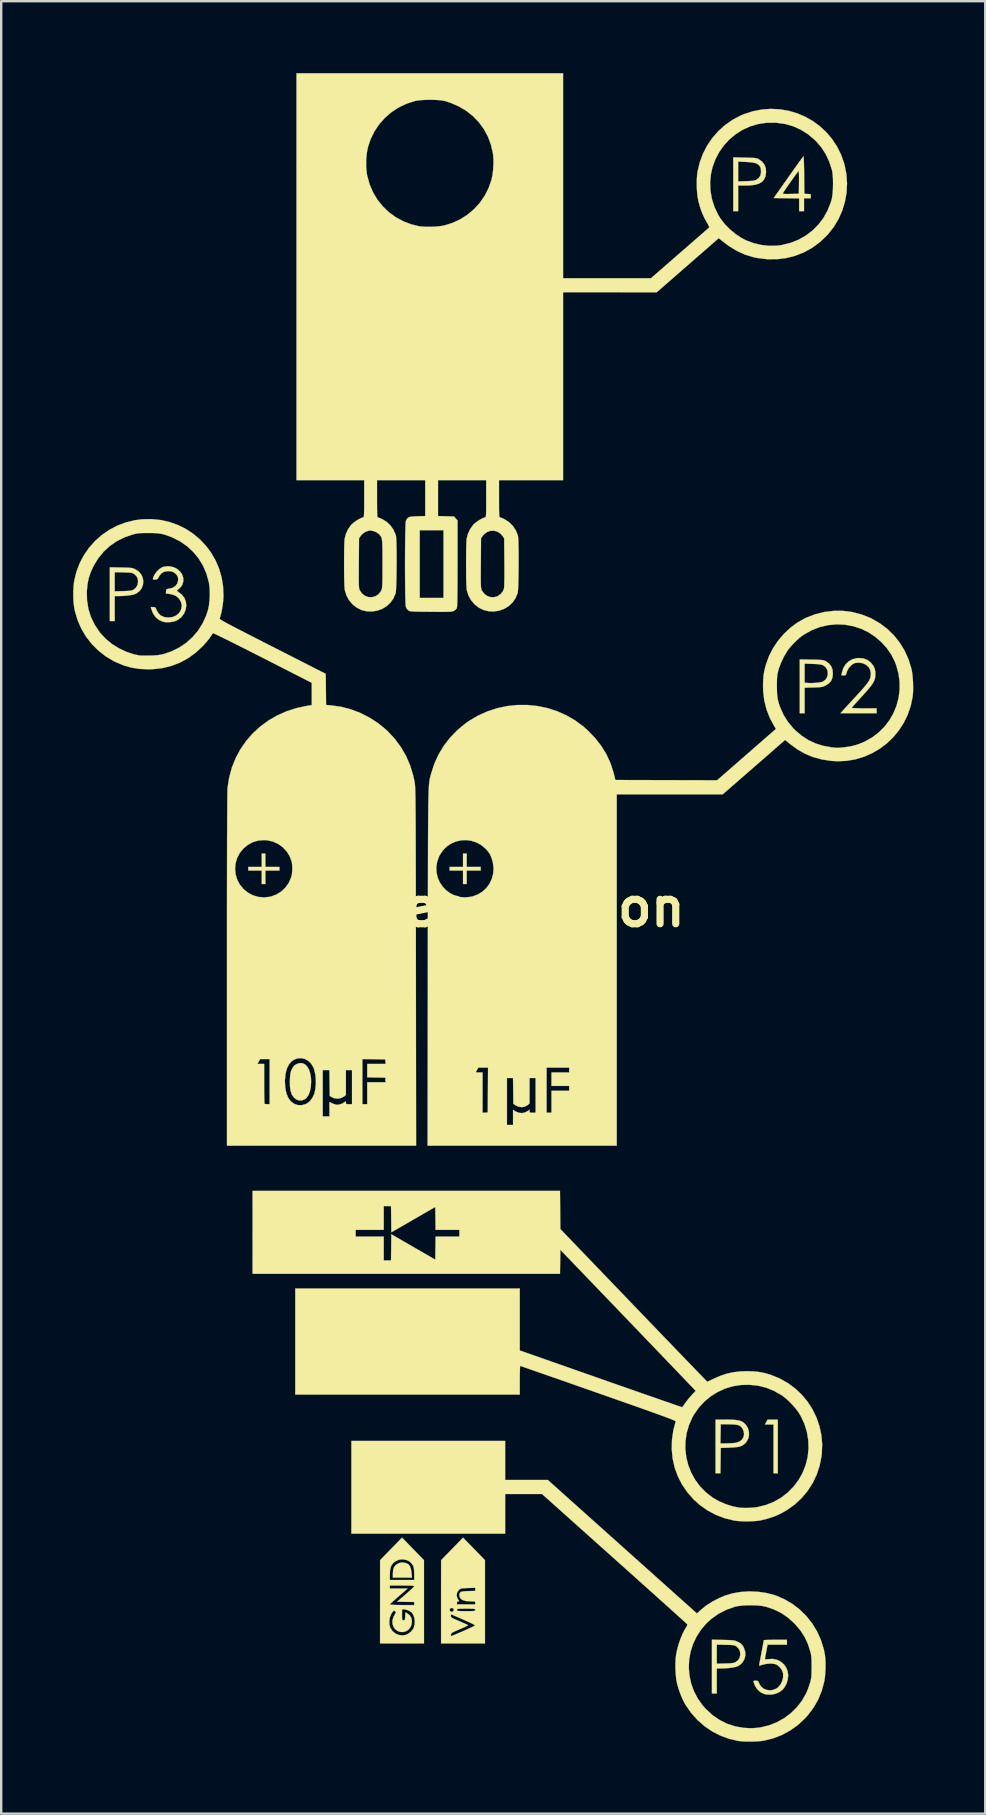
<source format=kicad_pcb>
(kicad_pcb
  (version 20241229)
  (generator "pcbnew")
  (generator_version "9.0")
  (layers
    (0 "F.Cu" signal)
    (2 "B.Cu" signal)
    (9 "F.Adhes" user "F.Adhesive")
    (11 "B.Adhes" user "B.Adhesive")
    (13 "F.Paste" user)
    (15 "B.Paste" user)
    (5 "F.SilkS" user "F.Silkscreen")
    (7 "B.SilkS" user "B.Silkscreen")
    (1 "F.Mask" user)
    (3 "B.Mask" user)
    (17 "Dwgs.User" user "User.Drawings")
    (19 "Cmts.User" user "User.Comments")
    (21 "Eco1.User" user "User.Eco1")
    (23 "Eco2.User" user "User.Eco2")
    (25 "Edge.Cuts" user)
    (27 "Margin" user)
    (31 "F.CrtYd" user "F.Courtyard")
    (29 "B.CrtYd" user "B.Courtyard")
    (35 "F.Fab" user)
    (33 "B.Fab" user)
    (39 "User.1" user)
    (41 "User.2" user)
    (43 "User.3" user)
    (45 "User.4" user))
  (footprint "power_section"
    (layer "F.Cu")
    (at 17.495 34.762)
    (property "Reference" "power_section" (at 0 0 0) (layer "F.SilkS") (effects (font (size 1.524 1.524) (thickness 0.3))))
    (attr through_hole)
    (fp_poly (pts (xy 11.874 23.595) (xy 11.696 23.595) (xy 11.696 21.561) (xy 11.336 21.561) (xy 11.394 21.459) (xy 11.451 21.357) (xy 11.874 21.357) (xy 11.874 23.595)) (stroke (width 0.01) (type solid)) (fill yes) (layer "F.SilkS"))
    (fp_poly (pts (xy -9.484 -1.678) (xy -8.899 -1.678) (xy -8.899 -1.526) (xy -9.484 -1.526) (xy -9.484 -0.966) (xy -9.636 -0.966) (xy -9.636 -1.526) (xy -10.196 -1.526) (xy -10.196 -1.678) (xy -9.636 -1.678) (xy -9.636 -2.237) (xy -9.484 -2.237) (xy -9.484 -1.678)) (stroke (width 0.01) (type solid)) (fill yes) (layer "F.SilkS"))
    (fp_poly (pts (xy -1.093 -1.678) (xy -0.509 -1.678) (xy -0.509 -1.526) (xy -1.093 -1.526) (xy -1.093 -0.966) (xy -1.246 -0.966) (xy -1.246 -1.526) (xy -1.805 -1.526) (xy -1.805 -1.678) (xy -1.246 -1.678) (xy -1.246 -2.237) (xy -1.093 -2.237) (xy -1.093 -1.678)) (stroke (width 0.01) (type solid)) (fill yes) (layer "F.SilkS"))
    (fp_poly (pts (xy -3.732 27.317) (xy -3.61 27.342) (xy -3.519 27.392) (xy -3.456 27.473) (xy -3.415 27.59) (xy -3.392 27.748) (xy -3.375 27.943) (xy -4.17 27.943) (xy -4.17 27.771) (xy -4.158 27.62) (xy -4.12 27.506) (xy -4.051 27.42) (xy -3.964 27.362) (xy -3.871 27.323) (xy -3.781 27.313) (xy -3.732 27.317)) (stroke (width 0.01) (type solid)) (fill yes) (layer "F.SilkS"))
    (fp_poly (pts (xy -7.935 6.504) (xy -7.829 6.554) (xy -7.738 6.645) (xy -7.665 6.773) (xy -7.612 6.936) (xy -7.582 7.129) (xy -7.577 7.269) (xy -7.59 7.493) (xy -7.629 7.685) (xy -7.692 7.841) (xy -7.778 7.957) (xy -7.827 7.997) (xy -7.946 8.05) (xy -8.071 8.057) (xy -8.191 8.016) (xy -8.214 8.002) (xy -8.312 7.915) (xy -8.385 7.801) (xy -8.433 7.655) (xy -8.459 7.473) (xy -8.463 7.25) (xy -8.46 7.165) (xy -8.452 7.033) (xy -8.441 6.936) (xy -8.424 6.861) (xy -8.398 6.791) (xy -8.374 6.742) (xy -8.322 6.651) (xy -8.267 6.591) (xy -8.194 6.545) (xy -8.18 6.538) (xy -8.053 6.497) (xy -7.935 6.504)) (stroke (width 0.01) (type solid)) (fill yes) (layer "F.SilkS"))
    (fp_poly (pts (xy 10.494 -31.243) (xy 10.665 -31.239) (xy 10.793 -31.235) (xy 10.887 -31.229) (xy 10.955 -31.22) (xy 11.007 -31.208) (xy 11.049 -31.192) (xy 11.075 -31.179) (xy 11.218 -31.078) (xy 11.319 -30.949) (xy 11.375 -30.796) (xy 11.386 -30.622) (xy 11.385 -30.616) (xy 11.359 -30.458) (xy 11.302 -30.33) (xy 11.213 -30.231) (xy 11.088 -30.158) (xy 10.925 -30.11) (xy 10.72 -30.084) (xy 10.535 -30.078) (xy 10.221 -30.078) (xy 10.221 -29.01) (xy 10.018 -29.01) (xy 10.018 -30.25) (xy 10.221 -30.25) (xy 10.561 -30.261) (xy 10.709 -30.267) (xy 10.816 -30.276) (xy 10.893 -30.288) (xy 10.948 -30.304) (xy 10.984 -30.322) (xy 11.087 -30.4) (xy 11.148 -30.494) (xy 11.173 -30.616) (xy 11.174 -30.663) (xy 11.167 -30.772) (xy 11.144 -30.849) (xy 11.122 -30.884) (xy 11.069 -30.944) (xy 11.004 -30.988) (xy 10.918 -31.02) (xy 10.804 -31.042) (xy 10.652 -31.056) (xy 10.554 -31.062) (xy 10.221 -31.078) (xy 10.221 -30.25) (xy 10.018 -30.25) (xy 10.018 -31.253) (xy 10.494 -31.243)) (stroke (width 0.01) (type solid)) (fill yes) (layer "F.SilkS"))
    (fp_poly (pts (xy 9.897 21.36) (xy 10.065 21.368) (xy 10.196 21.384) (xy 10.3 21.407) (xy 10.382 21.44) (xy 10.429 21.468) (xy 10.545 21.574) (xy 10.625 21.707) (xy 10.669 21.856) (xy 10.673 22.011) (xy 10.638 22.161) (xy 10.56 22.296) (xy 10.544 22.315) (xy 10.474 22.385) (xy 10.399 22.437) (xy 10.309 22.475) (xy 10.195 22.5) (xy 10.048 22.516) (xy 9.865 22.526) (xy 9.496 22.54) (xy 9.49 23.067) (xy 9.483 23.595) (xy 9.28 23.595) (xy 9.28 22.349) (xy 9.482 22.349) (xy 9.749 22.349) (xy 9.878 22.346) (xy 10.004 22.338) (xy 10.109 22.327) (xy 10.15 22.32) (xy 10.285 22.269) (xy 10.386 22.187) (xy 10.448 22.08) (xy 10.468 21.956) (xy 10.443 21.822) (xy 10.421 21.772) (xy 10.377 21.696) (xy 10.326 21.641) (xy 10.261 21.602) (xy 10.172 21.576) (xy 10.051 21.562) (xy 9.891 21.555) (xy 9.837 21.554) (xy 9.496 21.548) (xy 9.489 21.948) (xy 9.482 22.349) (xy 9.28 22.349) (xy 9.28 21.357) (xy 9.686 21.357) (xy 9.897 21.36)) (stroke (width 0.01) (type solid)) (fill yes) (layer "F.SilkS"))
    (fp_poly (pts (xy 13.278 -10.318) (xy 13.454 -10.315) (xy 13.587 -10.31) (xy 13.684 -10.304) (xy 13.755 -10.295) (xy 13.806 -10.284) (xy 13.846 -10.268) (xy 13.857 -10.263) (xy 14 -10.165) (xy 14.098 -10.046) (xy 14.154 -9.901) (xy 14.17 -9.732) (xy 14.151 -9.565) (xy 14.094 -9.43) (xy 13.995 -9.321) (xy 13.873 -9.244) (xy 13.812 -9.214) (xy 13.757 -9.193) (xy 13.697 -9.179) (xy 13.622 -9.17) (xy 13.518 -9.163) (xy 13.376 -9.158) (xy 13.359 -9.158) (xy 12.992 -9.147) (xy 12.992 -8.085) (xy 12.789 -8.085) (xy 12.789 -9.36) (xy 12.992 -9.36) (xy 13.088 -9.348) (xy 13.197 -9.341) (xy 13.326 -9.342) (xy 13.461 -9.35) (xy 13.588 -9.364) (xy 13.691 -9.382) (xy 13.755 -9.402) (xy 13.857 -9.477) (xy 13.924 -9.578) (xy 13.957 -9.693) (xy 13.956 -9.813) (xy 13.919 -9.927) (xy 13.848 -10.024) (xy 13.761 -10.084) (xy 13.703 -10.105) (xy 13.626 -10.12) (xy 13.519 -10.131) (xy 13.374 -10.139) (xy 13.329 -10.14) (xy 12.992 -10.151) (xy 12.992 -9.36) (xy 12.789 -9.36) (xy 12.789 -10.327) (xy 13.278 -10.318)) (stroke (width 0.01) (type solid)) (fill yes) (layer "F.SilkS"))
    (fp_poly (pts (xy -15.501 -14.158) (xy -15.336 -14.155) (xy -15.213 -14.151) (xy -15.122 -14.145) (xy -15.055 -14.137) (xy -15.002 -14.124) (xy -14.954 -14.106) (xy -14.903 -14.081) (xy -14.885 -14.073) (xy -14.75 -13.978) (xy -14.653 -13.859) (xy -14.594 -13.722) (xy -14.572 -13.577) (xy -14.588 -13.431) (xy -14.641 -13.294) (xy -14.733 -13.172) (xy -14.862 -13.075) (xy -14.88 -13.065) (xy -14.969 -13.034) (xy -15.097 -13.007) (xy -15.253 -12.986) (xy -15.426 -12.972) (xy -15.592 -12.967) (xy -15.764 -12.967) (xy -15.764 -11.925) (xy -15.967 -11.925) (xy -15.967 -13.165) (xy -15.764 -13.165) (xy -15.414 -13.174) (xy -15.267 -13.179) (xy -15.16 -13.186) (xy -15.085 -13.195) (xy -15.029 -13.21) (xy -14.985 -13.23) (xy -14.976 -13.235) (xy -14.873 -13.323) (xy -14.81 -13.441) (xy -14.79 -13.583) (xy -14.79 -13.584) (xy -14.807 -13.703) (xy -14.86 -13.801) (xy -14.957 -13.891) (xy -14.96 -13.893) (xy -14.993 -13.914) (xy -15.034 -13.93) (xy -15.092 -13.94) (xy -15.177 -13.947) (xy -15.296 -13.952) (xy -15.397 -13.955) (xy -15.764 -13.963) (xy -15.764 -13.165) (xy -15.967 -13.165) (xy -15.967 -14.168) (xy -15.501 -14.158)) (stroke (width 0.01) (type solid)) (fill yes) (layer "F.SilkS"))
    (fp_poly (pts (xy 9.592 30.541) (xy 9.761 30.545) (xy 9.889 30.55) (xy 9.983 30.557) (xy 10.054 30.567) (xy 10.11 30.58) (xy 10.161 30.599) (xy 10.182 30.608) (xy 10.29 30.663) (xy 10.365 30.72) (xy 10.421 30.794) (xy 10.466 30.879) (xy 10.516 31.041) (xy 10.52 31.202) (xy 10.479 31.353) (xy 10.397 31.488) (xy 10.276 31.596) (xy 10.214 31.633) (xy 10.126 31.664) (xy 9.998 31.691) (xy 9.842 31.712) (xy 9.669 31.726) (xy 9.503 31.73) (xy 9.331 31.731) (xy 9.331 32.773) (xy 9.128 32.773) (xy 9.128 31.532) (xy 9.331 31.532) (xy 9.681 31.524) (xy 9.828 31.519) (xy 9.935 31.512) (xy 10.011 31.502) (xy 10.066 31.488) (xy 10.111 31.467) (xy 10.117 31.464) (xy 10.222 31.383) (xy 10.284 31.286) (xy 10.308 31.162) (xy 10.309 31.135) (xy 10.296 31.013) (xy 10.249 30.915) (xy 10.162 30.825) (xy 10.135 30.804) (xy 10.102 30.783) (xy 10.061 30.768) (xy 10.003 30.758) (xy 9.919 30.751) (xy 9.8 30.746) (xy 9.698 30.744) (xy 9.331 30.736) (xy 9.331 31.532) (xy 9.128 31.532) (xy 9.128 30.53) (xy 9.592 30.541)) (stroke (width 0.01) (type solid)) (fill yes) (layer "F.SilkS"))
    (fp_poly (pts (xy 12.949 -31.272) (xy 12.956 -31.203) (xy 12.961 -31.093) (xy 12.966 -30.945) (xy 12.97 -30.763) (xy 12.973 -30.554) (xy 12.973 -30.519) (xy 12.98 -29.735) (xy 13.113 -29.727) (xy 13.247 -29.72) (xy 13.247 -29.544) (xy 12.967 -29.544) (xy 12.967 -29.01) (xy 12.764 -29.01) (xy 12.764 -29.543) (xy 11.704 -29.557) (xy 11.835 -29.744) (xy 12.086 -29.744) (xy 12.104 -29.733) (xy 12.149 -29.728) (xy 12.227 -29.726) (xy 12.345 -29.727) (xy 12.411 -29.728) (xy 12.751 -29.735) (xy 12.758 -30.212) (xy 12.759 -30.361) (xy 12.758 -30.491) (xy 12.755 -30.594) (xy 12.751 -30.662) (xy 12.745 -30.687) (xy 12.745 -30.687) (xy 12.726 -30.667) (xy 12.683 -30.613) (xy 12.622 -30.531) (xy 12.547 -30.428) (xy 12.464 -30.313) (xy 12.379 -30.193) (xy 12.295 -30.074) (xy 12.219 -29.964) (xy 12.155 -29.871) (xy 12.11 -29.801) (xy 12.087 -29.761) (xy 12.086 -29.759) (xy 12.086 -29.744) (xy 11.835 -29.744) (xy 12.312 -30.422) (xy 12.443 -30.607) (xy 12.565 -30.78) (xy 12.676 -30.934) (xy 12.771 -31.067) (xy 12.849 -31.173) (xy 12.905 -31.249) (xy 12.937 -31.289) (xy 12.943 -31.294) (xy 12.949 -31.272)) (stroke (width 0.01) (type solid)) (fill yes) (layer "F.SilkS"))
    (fp_poly (pts (xy 15.437 -10.369) (xy 15.591 -10.315) (xy 15.724 -10.22) (xy 15.764 -10.18) (xy 15.856 -10.065) (xy 15.912 -9.952) (xy 15.937 -9.824) (xy 15.941 -9.72) (xy 15.938 -9.63) (xy 15.926 -9.548) (xy 15.903 -9.468) (xy 15.864 -9.384) (xy 15.808 -9.292) (xy 15.729 -9.186) (xy 15.625 -9.061) (xy 15.492 -8.911) (xy 15.328 -8.73) (xy 15.311 -8.712) (xy 15.205 -8.596) (xy 15.111 -8.492) (xy 15.034 -8.406) (xy 14.981 -8.345) (xy 14.956 -8.313) (xy 14.954 -8.311) (xy 14.976 -8.304) (xy 15.041 -8.298) (xy 15.144 -8.294) (xy 15.277 -8.29) (xy 15.433 -8.289) (xy 15.469 -8.289) (xy 15.993 -8.289) (xy 15.993 -8.085) (xy 14.487 -8.085) (xy 14.584 -8.193) (xy 14.629 -8.243) (xy 14.703 -8.324) (xy 14.798 -8.427) (xy 14.909 -8.547) (xy 15.028 -8.677) (xy 15.088 -8.741) (xy 15.256 -8.925) (xy 15.392 -9.076) (xy 15.5 -9.201) (xy 15.583 -9.304) (xy 15.645 -9.389) (xy 15.689 -9.462) (xy 15.719 -9.528) (xy 15.738 -9.59) (xy 15.742 -9.604) (xy 15.754 -9.759) (xy 15.722 -9.897) (xy 15.652 -10.015) (xy 15.548 -10.106) (xy 15.416 -10.167) (xy 15.263 -10.192) (xy 15.1 -10.179) (xy 15.008 -10.139) (xy 14.913 -10.062) (xy 14.829 -9.963) (xy 14.768 -9.854) (xy 14.748 -9.794) (xy 14.728 -9.717) (xy 14.707 -9.678) (xy 14.674 -9.664) (xy 14.62 -9.662) (xy 14.524 -9.662) (xy 14.546 -9.775) (xy 14.604 -9.963) (xy 14.7 -10.121) (xy 14.829 -10.247) (xy 14.986 -10.334) (xy 15.166 -10.379) (xy 15.253 -10.385) (xy 15.437 -10.369)) (stroke (width 0.01) (type solid)) (fill yes) (layer "F.SilkS"))
    (fp_poly (pts (xy 12.255 30.739) (xy 11.447 30.739) (xy 11.393 31.025) (xy 11.372 31.142) (xy 11.354 31.24) (xy 11.343 31.31) (xy 11.34 31.339) (xy 11.358 31.353) (xy 11.417 31.351) (xy 11.475 31.342) (xy 11.662 31.332) (xy 11.838 31.367) (xy 11.995 31.444) (xy 12.128 31.558) (xy 12.23 31.705) (xy 12.284 31.844) (xy 12.307 32.021) (xy 12.287 32.206) (xy 12.228 32.385) (xy 12.134 32.546) (xy 12.06 32.629) (xy 11.927 32.725) (xy 11.765 32.79) (xy 11.588 32.821) (xy 11.409 32.816) (xy 11.271 32.782) (xy 11.138 32.71) (xy 11.02 32.599) (xy 10.927 32.461) (xy 10.869 32.309) (xy 10.861 32.265) (xy 10.876 32.245) (xy 10.925 32.24) (xy 10.952 32.239) (xy 11.014 32.243) (xy 11.051 32.261) (xy 11.078 32.308) (xy 11.097 32.354) (xy 11.168 32.475) (xy 11.271 32.565) (xy 11.396 32.621) (xy 11.534 32.642) (xy 11.675 32.626) (xy 11.81 32.57) (xy 11.889 32.514) (xy 11.99 32.395) (xy 12.061 32.251) (xy 12.097 32.096) (xy 12.095 31.943) (xy 12.078 31.872) (xy 12.023 31.762) (xy 11.939 31.66) (xy 11.843 31.582) (xy 11.801 31.56) (xy 11.691 31.533) (xy 11.551 31.526) (xy 11.399 31.539) (xy 11.251 31.572) (xy 11.243 31.575) (xy 11.158 31.6) (xy 11.112 31.61) (xy 11.094 31.604) (xy 11.096 31.583) (xy 11.096 31.582) (xy 11.104 31.546) (xy 11.119 31.47) (xy 11.14 31.364) (xy 11.164 31.238) (xy 11.19 31.1) (xy 11.217 30.959) (xy 11.241 30.827) (xy 11.262 30.71) (xy 11.278 30.62) (xy 11.287 30.565) (xy 11.289 30.553) (xy 11.313 30.548) (xy 11.38 30.543) (xy 11.483 30.539) (xy 11.612 30.537) (xy 11.762 30.536) (xy 11.772 30.536) (xy 12.255 30.536) (xy 12.255 30.739)) (stroke (width 0.01) (type solid)) (fill yes) (layer "F.SilkS"))
    (fp_poly (pts (xy -13.409 -14.199) (xy -13.262 -14.152) (xy -13.133 -14.076) (xy -13.027 -13.977) (xy -12.95 -13.859) (xy -12.907 -13.728) (xy -12.903 -13.588) (xy -12.944 -13.446) (xy -12.955 -13.423) (xy -12.995 -13.365) (xy -13.057 -13.299) (xy -13.085 -13.272) (xy -13.181 -13.188) (xy -13.119 -13.147) (xy -12.965 -13.025) (xy -12.858 -12.888) (xy -12.798 -12.734) (xy -12.781 -12.573) (xy -12.807 -12.396) (xy -12.877 -12.232) (xy -12.986 -12.09) (xy -13.127 -11.979) (xy -13.238 -11.925) (xy -13.361 -11.893) (xy -13.503 -11.877) (xy -13.643 -11.878) (xy -13.755 -11.897) (xy -13.922 -11.974) (xy -14.061 -12.09) (xy -14.167 -12.244) (xy -14.233 -12.414) (xy -14.26 -12.509) (xy -14.163 -12.509) (xy -14.102 -12.505) (xy -14.066 -12.484) (xy -14.038 -12.433) (xy -14.026 -12.401) (xy -13.948 -12.258) (xy -13.84 -12.155) (xy -13.701 -12.093) (xy -13.531 -12.072) (xy -13.527 -12.072) (xy -13.36 -12.093) (xy -13.214 -12.151) (xy -13.098 -12.242) (xy -13.017 -12.362) (xy -12.994 -12.426) (xy -12.971 -12.539) (xy -12.974 -12.632) (xy -13.006 -12.731) (xy -13.006 -12.732) (xy -13.087 -12.867) (xy -13.201 -12.966) (xy -13.351 -13.03) (xy -13.483 -13.056) (xy -13.631 -13.075) (xy -13.623 -13.167) (xy -13.615 -13.223) (xy -13.595 -13.252) (xy -13.547 -13.268) (xy -13.495 -13.276) (xy -13.343 -13.317) (xy -13.229 -13.39) (xy -13.154 -13.493) (xy -13.121 -13.624) (xy -13.12 -13.664) (xy -13.129 -13.755) (xy -13.165 -13.827) (xy -13.196 -13.866) (xy -13.286 -13.948) (xy -13.386 -13.993) (xy -13.51 -14.007) (xy -13.577 -14.004) (xy -13.707 -13.979) (xy -13.81 -13.919) (xy -13.896 -13.819) (xy -13.936 -13.749) (xy -13.973 -13.687) (xy -14.013 -13.66) (xy -14.077 -13.653) (xy -14.084 -13.653) (xy -14.148 -13.656) (xy -14.172 -13.669) (xy -14.168 -13.707) (xy -14.162 -13.731) (xy -14.106 -13.858) (xy -14.02 -13.98) (xy -13.914 -14.086) (xy -13.8 -14.161) (xy -13.738 -14.186) (xy -13.57 -14.212) (xy -13.409 -14.199)) (stroke (width 0.01) (type solid)) (fill yes) (layer "F.SilkS"))
    (fp_poly (pts (xy -2.873 27.218) (xy -2.873 30.688) (xy -4.704 30.688) (xy -4.704 29.755) (xy -4.32 29.755) (xy -4.312 29.911) (xy -4.278 30.032) (xy -4.192 30.166) (xy -4.074 30.267) (xy -3.933 30.331) (xy -3.779 30.353) (xy -3.636 30.333) (xy -3.525 30.281) (xy -3.417 30.197) (xy -3.331 30.094) (xy -3.303 30.042) (xy -3.265 29.913) (xy -3.256 29.769) (xy -3.275 29.626) (xy -3.318 29.497) (xy -3.385 29.399) (xy -3.398 29.386) (xy -3.484 29.331) (xy -3.591 29.287) (xy -3.694 29.265) (xy -3.711 29.265) (xy -3.788 29.265) (xy -3.788 29.493) (xy -3.788 29.602) (xy -3.784 29.669) (xy -3.776 29.705) (xy -3.759 29.72) (xy -3.731 29.722) (xy -3.726 29.722) (xy -3.692 29.719) (xy -3.673 29.701) (xy -3.663 29.657) (xy -3.657 29.576) (xy -3.656 29.557) (xy -3.649 29.391) (xy -3.56 29.439) (xy -3.463 29.518) (xy -3.4 29.626) (xy -3.375 29.753) (xy -3.389 29.888) (xy -3.429 29.995) (xy -3.51 30.105) (xy -3.616 30.178) (xy -3.736 30.213) (xy -3.86 30.209) (xy -3.978 30.167) (xy -4.081 30.086) (xy -4.139 30.006) (xy -4.186 29.873) (xy -4.187 29.727) (xy -4.143 29.576) (xy -4.063 29.437) (xy -4.045 29.395) (xy -4.068 29.356) (xy -4.072 29.351) (xy -4.109 29.326) (xy -4.143 29.332) (xy -4.183 29.374) (xy -4.236 29.458) (xy -4.237 29.459) (xy -4.294 29.598) (xy -4.32 29.755) (xy -4.704 29.755) (xy -4.703 28.953) (xy -4.703 28.273) (xy -4.297 28.273) (xy -4.297 28.4) (xy -3.557 28.4) (xy -3.927 28.722) (xy -4.042 28.823) (xy -4.142 28.913) (xy -4.222 28.987) (xy -4.275 29.039) (xy -4.297 29.064) (xy -4.297 29.065) (xy -4.273 29.072) (xy -4.205 29.077) (xy -4.102 29.082) (xy -3.971 29.085) (xy -3.82 29.087) (xy -3.788 29.087) (xy -3.28 29.087) (xy -3.28 28.961) (xy -3.637 28.954) (xy -3.995 28.947) (xy -3.639 28.642) (xy -3.526 28.543) (xy -3.428 28.454) (xy -3.35 28.381) (xy -3.299 28.329) (xy -3.282 28.305) (xy -3.293 28.293) (xy -3.331 28.285) (xy -3.401 28.279) (xy -3.509 28.275) (xy -3.659 28.273) (xy -3.788 28.273) (xy -4.297 28.273) (xy -4.703 28.273) (xy -4.703 28.044) (xy -4.297 28.044) (xy -3.28 28.044) (xy -3.28 27.796) (xy -3.284 27.657) (xy -3.295 27.554) (xy -3.316 27.475) (xy -3.328 27.444) (xy -3.406 27.33) (xy -3.515 27.247) (xy -3.644 27.198) (xy -3.785 27.182) (xy -3.926 27.202) (xy -4.058 27.259) (xy -4.147 27.329) (xy -4.215 27.411) (xy -4.259 27.506) (xy -4.286 27.624) (xy -4.296 27.777) (xy -4.297 27.834) (xy -4.297 28.044) (xy -4.703 28.044) (xy -4.703 27.218) (xy -4.246 26.748) (xy -3.788 26.277) (xy -2.873 27.218)) (stroke (width 0.01) (type solid)) (fill yes) (layer "F.SilkS"))
    (fp_poly (pts (xy -0.788 26.747) (xy -0.331 27.218) (xy -0.331 30.688) (xy -2.161 30.688) (xy -2.161 29.537) (xy -1.754 29.537) (xy -1.752 29.565) (xy -1.739 29.59) (xy -1.71 29.615) (xy -1.657 29.645) (xy -1.574 29.684) (xy -1.452 29.737) (xy -1.405 29.758) (xy -1.281 29.811) (xy -1.174 29.859) (xy -1.092 29.896) (xy -1.044 29.919) (xy -1.036 29.924) (xy -1.052 29.939) (xy -1.107 29.969) (xy -1.194 30.012) (xy -1.306 30.062) (xy -1.38 30.094) (xy -1.518 30.154) (xy -1.617 30.198) (xy -1.682 30.232) (xy -1.722 30.26) (xy -1.742 30.286) (xy -1.749 30.313) (xy -1.75 30.316) (xy -1.749 30.364) (xy -1.737 30.382) (xy -1.708 30.372) (xy -1.64 30.344) (xy -1.54 30.302) (xy -1.416 30.249) (xy -1.273 30.188) (xy -1.235 30.172) (xy -1.09 30.108) (xy -0.962 30.049) (xy -0.857 29.999) (xy -0.783 29.962) (xy -0.747 29.939) (xy -0.745 29.937) (xy -0.765 29.919) (xy -0.824 29.885) (xy -0.918 29.838) (xy -1.038 29.782) (xy -1.178 29.719) (xy -1.226 29.698) (xy -1.373 29.634) (xy -1.504 29.577) (xy -1.613 29.53) (xy -1.691 29.495) (xy -1.731 29.477) (xy -1.735 29.475) (xy -1.749 29.489) (xy -1.754 29.537) (xy -2.161 29.537) (xy -2.161 29.309) (xy -1.801 29.309) (xy -1.774 29.352) (xy -1.727 29.374) (xy -1.672 29.363) (xy -1.635 29.321) (xy -1.627 29.29) (xy -1.5 29.29) (xy -1.498 29.31) (xy -1.485 29.323) (xy -1.455 29.332) (xy -1.4 29.338) (xy -1.312 29.34) (xy -1.184 29.341) (xy -1.119 29.341) (xy -0.972 29.341) (xy -0.869 29.339) (xy -0.801 29.335) (xy -0.762 29.328) (xy -0.743 29.316) (xy -0.738 29.299) (xy -0.737 29.29) (xy -0.74 29.271) (xy -0.752 29.257) (xy -0.782 29.248) (xy -0.838 29.243) (xy -0.926 29.24) (xy -1.054 29.239) (xy -1.119 29.239) (xy -1.265 29.24) (xy -1.369 29.241) (xy -1.436 29.245) (xy -1.475 29.253) (xy -1.494 29.264) (xy -1.5 29.281) (xy -1.5 29.29) (xy -1.627 29.29) (xy -1.648 29.236) (xy -1.698 29.208) (xy -1.758 29.215) (xy -1.761 29.217) (xy -1.8 29.259) (xy -1.801 29.309) (xy -2.161 29.309) (xy -2.161 28.953) (xy -2.161 28.678) (xy -1.512 28.678) (xy -1.487 28.792) (xy -1.452 28.854) (xy -1.416 28.906) (xy -1.41 28.929) (xy -1.432 28.934) (xy -1.448 28.934) (xy -1.489 28.948) (xy -1.5 28.998) (xy -1.5 29.061) (xy -0.737 29.061) (xy -0.737 28.998) (xy -0.739 28.966) (xy -0.753 28.947) (xy -0.788 28.938) (xy -0.855 28.935) (xy -0.942 28.934) (xy -1.12 28.922) (xy -1.254 28.884) (xy -1.345 28.823) (xy -1.392 28.736) (xy -1.398 28.679) (xy -1.393 28.615) (xy -1.372 28.569) (xy -1.328 28.539) (xy -1.253 28.521) (xy -1.141 28.51) (xy -1.032 28.506) (xy -0.737 28.498) (xy -0.737 28.369) (xy -1.042 28.378) (xy -1.171 28.383) (xy -1.26 28.388) (xy -1.319 28.397) (xy -1.36 28.412) (xy -1.393 28.435) (xy -1.428 28.468) (xy -1.492 28.566) (xy -1.512 28.678) (xy -2.161 28.678) (xy -2.16 27.218) (xy -1.703 26.748) (xy -1.246 26.277) (xy -0.788 26.747)) (stroke (width 0.01) (type solid)) (fill yes) (layer "F.SilkS"))
    (fp_poly (pts (xy 0.509 23.874) (xy 2.287 23.874) (xy 5.395 26.656) (xy 8.503 29.438) (xy 8.648 29.304) (xy 8.876 29.118) (xy 9.143 28.946) (xy 9.437 28.793) (xy 9.677 28.692) (xy 9.991 28.599) (xy 10.329 28.541) (xy 10.683 28.519) (xy 11.04 28.533) (xy 11.391 28.583) (xy 11.725 28.669) (xy 11.803 28.696) (xy 12.163 28.852) (xy 12.496 29.049) (xy 12.8 29.284) (xy 13.072 29.555) (xy 13.31 29.857) (xy 13.511 30.188) (xy 13.671 30.543) (xy 13.788 30.919) (xy 13.835 31.142) (xy 13.855 31.309) (xy 13.864 31.51) (xy 13.863 31.726) (xy 13.852 31.942) (xy 13.832 32.142) (xy 13.809 32.28) (xy 13.704 32.668) (xy 13.555 33.031) (xy 13.361 33.369) (xy 13.123 33.684) (xy 13.006 33.813) (xy 12.712 34.086) (xy 12.391 34.316) (xy 12.046 34.503) (xy 11.68 34.644) (xy 11.296 34.739) (xy 11.276 34.742) (xy 11.133 34.76) (xy 10.957 34.772) (xy 10.765 34.778) (xy 10.573 34.777) (xy 10.398 34.77) (xy 10.256 34.755) (xy 10.246 34.754) (xy 9.86 34.668) (xy 9.491 34.535) (xy 9.144 34.358) (xy 8.822 34.139) (xy 8.526 33.879) (xy 8.261 33.581) (xy 8.028 33.246) (xy 8.013 33.221) (xy 7.918 33.04) (xy 7.826 32.827) (xy 7.744 32.598) (xy 7.678 32.371) (xy 7.677 32.367) (xy 7.644 32.189) (xy 7.62 31.978) (xy 7.608 31.749) (xy 7.608 31.698) (xy 8.164 31.698) (xy 8.192 32.031) (xy 8.263 32.36) (xy 8.379 32.678) (xy 8.538 32.983) (xy 8.741 33.269) (xy 8.879 33.425) (xy 9.151 33.673) (xy 9.445 33.876) (xy 9.759 34.033) (xy 10.093 34.143) (xy 10.444 34.205) (xy 10.707 34.22) (xy 10.849 34.217) (xy 11.005 34.206) (xy 11.145 34.189) (xy 11.172 34.184) (xy 11.515 34.1) (xy 11.841 33.97) (xy 12.145 33.799) (xy 12.423 33.59) (xy 12.67 33.347) (xy 12.882 33.072) (xy 13.054 32.77) (xy 13.073 32.73) (xy 13.115 32.628) (xy 13.162 32.502) (xy 13.205 32.374) (xy 13.213 32.348) (xy 13.238 32.262) (xy 13.256 32.185) (xy 13.268 32.107) (xy 13.276 32.017) (xy 13.28 31.902) (xy 13.282 31.753) (xy 13.283 31.68) (xy 13.282 31.5) (xy 13.279 31.36) (xy 13.272 31.248) (xy 13.26 31.155) (xy 13.242 31.069) (xy 13.236 31.044) (xy 13.132 30.716) (xy 12.994 30.419) (xy 12.816 30.144) (xy 12.594 29.884) (xy 12.547 29.837) (xy 12.289 29.605) (xy 12.018 29.42) (xy 11.725 29.275) (xy 11.403 29.165) (xy 11.34 29.148) (xy 11.193 29.121) (xy 11.013 29.104) (xy 10.812 29.096) (xy 10.605 29.097) (xy 10.406 29.108) (xy 10.229 29.128) (xy 10.087 29.157) (xy 10.084 29.158) (xy 9.729 29.285) (xy 9.404 29.451) (xy 9.11 29.659) (xy 8.909 29.841) (xy 8.676 30.111) (xy 8.487 30.403) (xy 8.341 30.712) (xy 8.238 31.034) (xy 8.179 31.364) (xy 8.164 31.698) (xy 7.608 31.698) (xy 7.607 31.519) (xy 7.618 31.303) (xy 7.638 31.142) (xy 7.683 30.926) (xy 7.747 30.699) (xy 7.826 30.475) (xy 7.914 30.266) (xy 8.007 30.087) (xy 8.067 29.992) (xy 8.101 29.924) (xy 8.096 29.885) (xy 8.075 29.864) (xy 8.017 29.812) (xy 7.926 29.729) (xy 7.804 29.618) (xy 7.651 29.48) (xy 7.471 29.318) (xy 7.265 29.132) (xy 7.035 28.926) (xy 6.784 28.7) (xy 6.513 28.457) (xy 6.224 28.198) (xy 5.92 27.926) (xy 5.603 27.641) (xy 5.273 27.347) (xy 5.06 27.155) (xy 2.047 24.46) (xy 1.278 24.46) (xy 0.509 24.459) (xy 0.509 26.112) (xy -5.899 26.112) (xy -5.899 22.247) (xy 0.509 22.247) (xy 0.509 23.874)) (stroke (width 0.01) (type solid)) (fill yes) (layer "F.SilkS"))
    (fp_poly (pts (xy 2.803 12.619) (xy 2.81 13.415) (xy 5.868 16.598) (xy 6.193 16.937) (xy 6.509 17.265) (xy 6.814 17.582) (xy 7.106 17.885) (xy 7.382 18.173) (xy 7.642 18.443) (xy 7.884 18.694) (xy 8.105 18.923) (xy 8.304 19.129) (xy 8.479 19.311) (xy 8.629 19.466) (xy 8.751 19.592) (xy 8.844 19.687) (xy 8.905 19.75) (xy 8.934 19.779) (xy 8.936 19.781) (xy 8.962 19.77) (xy 9.022 19.742) (xy 9.106 19.701) (xy 9.148 19.68) (xy 9.448 19.545) (xy 9.734 19.447) (xy 10.021 19.383) (xy 10.325 19.349) (xy 10.577 19.341) (xy 10.842 19.347) (xy 11.077 19.37) (xy 11.298 19.411) (xy 11.524 19.474) (xy 11.595 19.497) (xy 11.959 19.646) (xy 12.295 19.836) (xy 12.601 20.062) (xy 12.875 20.322) (xy 13.115 20.611) (xy 13.319 20.926) (xy 13.483 21.263) (xy 13.607 21.62) (xy 13.688 21.991) (xy 13.723 22.374) (xy 13.71 22.765) (xy 13.696 22.883) (xy 13.619 23.276) (xy 13.496 23.649) (xy 13.329 24.001) (xy 13.12 24.327) (xy 12.872 24.624) (xy 12.587 24.891) (xy 12.266 25.122) (xy 11.981 25.283) (xy 11.726 25.395) (xy 11.446 25.488) (xy 11.167 25.556) (xy 11.124 25.564) (xy 10.956 25.584) (xy 10.758 25.596) (xy 10.547 25.6) (xy 10.339 25.594) (xy 10.152 25.579) (xy 10.044 25.563) (xy 9.654 25.467) (xy 9.284 25.325) (xy 8.936 25.138) (xy 8.614 24.909) (xy 8.372 24.691) (xy 8.107 24.391) (xy 7.886 24.068) (xy 7.709 23.724) (xy 7.577 23.362) (xy 7.492 22.986) (xy 7.454 22.6) (xy 7.454 22.593) (xy 8.021 22.593) (xy 8.06 22.928) (xy 8.142 23.255) (xy 8.265 23.569) (xy 8.43 23.866) (xy 8.633 24.141) (xy 8.875 24.389) (xy 9.153 24.606) (xy 9.175 24.621) (xy 9.427 24.763) (xy 9.708 24.884) (xy 9.999 24.975) (xy 10.259 25.026) (xy 10.396 25.037) (xy 10.564 25.04) (xy 10.741 25.034) (xy 10.909 25.021) (xy 11.019 25.006) (xy 11.371 24.919) (xy 11.703 24.788) (xy 12.009 24.614) (xy 12.288 24.399) (xy 12.536 24.148) (xy 12.748 23.862) (xy 12.904 23.584) (xy 13.035 23.256) (xy 13.119 22.916) (xy 13.155 22.569) (xy 13.145 22.221) (xy 13.088 21.876) (xy 12.985 21.54) (xy 12.836 21.219) (xy 12.744 21.065) (xy 12.64 20.922) (xy 12.508 20.768) (xy 12.361 20.615) (xy 12.211 20.477) (xy 12.071 20.367) (xy 12.047 20.35) (xy 11.728 20.166) (xy 11.399 20.031) (xy 11.057 19.945) (xy 10.699 19.907) (xy 10.349 19.914) (xy 10.007 19.966) (xy 9.677 20.066) (xy 9.364 20.209) (xy 9.072 20.393) (xy 8.807 20.615) (xy 8.572 20.871) (xy 8.373 21.159) (xy 8.317 21.26) (xy 8.173 21.583) (xy 8.076 21.916) (xy 8.026 22.254) (xy 8.021 22.593) (xy 7.454 22.593) (xy 7.463 22.205) (xy 7.52 21.806) (xy 7.618 21.432) (xy 7.613 21.423) (xy 7.591 21.41) (xy 7.55 21.39) (xy 7.488 21.364) (xy 7.404 21.33) (xy 7.295 21.288) (xy 7.159 21.237) (xy 6.993 21.177) (xy 6.796 21.105) (xy 6.566 21.023) (xy 6.3 20.928) (xy 5.997 20.82) (xy 5.654 20.699) (xy 5.269 20.564) (xy 4.841 20.413) (xy 4.393 20.256) (xy 4.003 20.119) (xy 3.626 19.987) (xy 3.265 19.86) (xy 2.922 19.74) (xy 2.601 19.628) (xy 2.305 19.525) (xy 2.035 19.431) (xy 1.796 19.347) (xy 1.589 19.275) (xy 1.418 19.216) (xy 1.284 19.17) (xy 1.192 19.138) (xy 1.144 19.122) (xy 1.137 19.12) (xy 1.132 19.144) (xy 1.127 19.212) (xy 1.124 19.317) (xy 1.121 19.452) (xy 1.119 19.609) (xy 1.119 19.717) (xy 1.119 20.315) (xy -8.238 20.315) (xy -8.238 15.891) (xy 1.119 15.891) (xy 1.119 18.476) (xy 4.503 19.664) (xy 4.902 19.804) (xy 5.288 19.939) (xy 5.658 20.068) (xy 6.009 20.191) (xy 6.338 20.306) (xy 6.643 20.412) (xy 6.922 20.509) (xy 7.171 20.596) (xy 7.387 20.671) (xy 7.569 20.734) (xy 7.713 20.784) (xy 7.817 20.819) (xy 7.877 20.839) (xy 7.893 20.844) (xy 7.994 20.697) (xy 8.108 20.545) (xy 8.222 20.406) (xy 8.298 20.321) (xy 8.449 20.162) (xy 8.401 20.106) (xy 8.378 20.082) (xy 8.322 20.023) (xy 8.234 19.931) (xy 8.117 19.809) (xy 7.973 19.658) (xy 7.803 19.48) (xy 7.609 19.278) (xy 7.394 19.053) (xy 7.158 18.808) (xy 6.905 18.544) (xy 6.636 18.263) (xy 6.352 17.968) (xy 6.057 17.66) (xy 5.751 17.342) (xy 5.581 17.164) (xy 2.81 14.279) (xy 2.796 15.281) (xy -10.018 15.281) (xy -10.018 13.45) (xy -5.721 13.45) (xy -5.721 13.73) (xy -4.551 13.73) (xy -4.551 14.721) (xy -4.247 14.721) (xy -4.24 14.177) (xy -4.233 13.634) (xy -3.318 14.163) (xy -2.403 14.692) (xy -2.396 14.211) (xy -2.389 13.73) (xy -1.398 13.73) (xy -1.398 13.45) (xy -2.389 13.45) (xy -2.396 12.972) (xy -2.403 12.494) (xy -3.318 13.022) (xy -4.233 13.551) (xy -4.24 13.005) (xy -4.247 12.458) (xy -4.551 12.458) (xy -4.551 13.45) (xy -5.721 13.45) (xy -10.018 13.45) (xy -10.018 11.823) (xy 2.796 11.823) (xy 2.803 12.619)) (stroke (width 0.01) (type solid)) (fill yes) (layer "F.SilkS"))
    (fp_poly (pts (xy 14.596 -12.35) (xy 14.984 -12.3) (xy 15.364 -12.201) (xy 15.734 -12.055) (xy 15.785 -12.03) (xy 16.129 -11.832) (xy 16.441 -11.596) (xy 16.719 -11.325) (xy 16.96 -11.02) (xy 17.163 -10.685) (xy 17.325 -10.322) (xy 17.443 -9.941) (xy 17.473 -9.784) (xy 17.496 -9.591) (xy 17.51 -9.381) (xy 17.515 -9.167) (xy 17.511 -8.966) (xy 17.497 -8.794) (xy 17.494 -8.771) (xy 17.414 -8.388) (xy 17.289 -8.025) (xy 17.125 -7.685) (xy 16.922 -7.371) (xy 16.686 -7.084) (xy 16.42 -6.828) (xy 16.125 -6.606) (xy 15.807 -6.419) (xy 15.468 -6.271) (xy 15.112 -6.163) (xy 14.741 -6.1) (xy 14.36 -6.082) (xy 14.092 -6.098) (xy 13.704 -6.159) (xy 13.345 -6.257) (xy 13.008 -6.397) (xy 12.686 -6.58) (xy 12.372 -6.811) (xy 12.363 -6.819) (xy 12.179 -6.97) (xy 11.816 -6.655) (xy 11.721 -6.572) (xy 11.594 -6.46) (xy 11.439 -6.326) (xy 11.264 -6.173) (xy 11.074 -6.007) (xy 10.874 -5.833) (xy 10.671 -5.657) (xy 10.516 -5.521) (xy 9.578 -4.704) (xy 5.161 -4.704) (xy 5.161 9.941) (xy -2.722 9.941) (xy -2.718 6.879) (xy -0.712 6.879) (xy -0.689 6.885) (xy -0.63 6.889) (xy -0.572 6.89) (xy -0.432 6.89) (xy -0.432 8.571) (xy -0.216 8.556) (xy -0.209 7.621) (xy -0.206 7.119) (xy 0.585 7.119) (xy 0.585 9.077) (xy 0.839 9.077) (xy 0.839 8.443) (xy 0.927 8.503) (xy 1.061 8.565) (xy 1.203 8.583) (xy 1.342 8.555) (xy 1.459 8.49) (xy 1.526 8.438) (xy 1.526 8.503) (xy 1.529 8.542) (xy 1.55 8.561) (xy 1.6 8.568) (xy 1.653 8.568) (xy 1.78 8.568) (xy 1.78 7.119) (xy 1.526 7.119) (xy 1.526 8.182) (xy 1.449 8.247) (xy 1.333 8.313) (xy 1.201 8.336) (xy 1.064 8.316) (xy 0.937 8.255) (xy 0.852 8.198) (xy 0.838 7.119) (xy 0.585 7.119) (xy -0.206 7.119) (xy -0.203 6.687) (xy 2.237 6.687) (xy 2.237 8.568) (xy 2.441 8.568) (xy 2.441 7.653) (xy 3.178 7.653) (xy 3.178 7.45) (xy 2.441 7.45) (xy 2.441 6.89) (xy 3.178 6.89) (xy 3.178 6.687) (xy 2.237 6.687) (xy -0.203 6.687) (xy -0.605 6.687) (xy -0.659 6.777) (xy -0.692 6.836) (xy -0.71 6.874) (xy -0.712 6.879) (xy -2.718 6.879) (xy -2.713 2.498) (xy -2.712 1.763) (xy -2.711 1.078) (xy -2.71 0.439) (xy -2.709 -0.154) (xy -2.709 -0.703) (xy -2.708 -1.21) (xy -2.707 -1.665) (xy -2.359 -1.665) (xy -2.35 -1.445) (xy -2.301 -1.235) (xy -2.216 -1.039) (xy -2.098 -0.862) (xy -1.952 -0.707) (xy -1.78 -0.58) (xy -1.587 -0.485) (xy -1.376 -0.426) (xy -1.15 -0.407) (xy -0.914 -0.433) (xy -0.855 -0.447) (xy -0.631 -0.529) (xy -0.435 -0.649) (xy -0.271 -0.801) (xy -0.14 -0.98) (xy -0.046 -1.181) (xy 0.011 -1.398) (xy 0.027 -1.626) (xy -0.000103 -1.859) (xy -0.072 -2.092) (xy -0.122 -2.201) (xy -0.168 -2.274) (xy -0.235 -2.361) (xy -0.29 -2.423) (xy -0.474 -2.58) (xy -0.675 -2.693) (xy -0.889 -2.765) (xy -1.109 -2.796) (xy -1.329 -2.786) (xy -1.543 -2.737) (xy -1.745 -2.649) (xy -1.929 -2.525) (xy -2.089 -2.363) (xy -2.219 -2.166) (xy -2.244 -2.117) (xy -2.325 -1.89) (xy -2.359 -1.665) (xy -2.707 -1.665) (xy -2.707 -1.678) (xy -2.706 -2.107) (xy -2.705 -2.499) (xy -2.704 -2.857) (xy -2.702 -3.182) (xy -2.7 -3.476) (xy -2.698 -3.741) (xy -2.696 -3.978) (xy -2.694 -4.189) (xy -2.691 -4.377) (xy -2.687 -4.542) (xy -2.683 -4.687) (xy -2.679 -4.814) (xy -2.675 -4.923) (xy -2.669 -5.018) (xy -2.664 -5.1) (xy -2.657 -5.17) (xy -2.65 -5.231) (xy -2.643 -5.284) (xy -2.634 -5.331) (xy -2.626 -5.374) (xy -2.616 -5.415) (xy -2.605 -5.455) (xy -2.594 -5.496) (xy -2.582 -5.54) (xy -2.571 -5.581) (xy -2.441 -5.982) (xy -2.265 -6.366) (xy -2.045 -6.729) (xy -1.784 -7.068) (xy -1.485 -7.377) (xy -1.151 -7.654) (xy -1.004 -7.758) (xy -0.627 -7.982) (xy -0.232 -8.16) (xy 0.176 -8.294) (xy 0.593 -8.383) (xy 1.016 -8.427) (xy 1.439 -8.428) (xy 1.86 -8.384) (xy 2.274 -8.298) (xy 2.677 -8.168) (xy 3.065 -7.995) (xy 3.434 -7.78) (xy 3.78 -7.523) (xy 3.957 -7.365) (xy 4.264 -7.046) (xy 4.522 -6.713) (xy 4.735 -6.364) (xy 4.904 -5.995) (xy 5.03 -5.603) (xy 5.048 -5.53) (xy 5.104 -5.301) (xy 9.344 -5.29) (xy 10.57 -6.36) (xy 11.797 -7.43) (xy 11.732 -7.535) (xy 11.542 -7.888) (xy 11.402 -8.248) (xy 11.309 -8.619) (xy 11.264 -9.007) (xy 11.259 -9.204) (xy 11.259 -9.217) (xy 11.836 -9.217) (xy 11.839 -9.023) (xy 11.846 -8.867) (xy 11.86 -8.735) (xy 11.884 -8.613) (xy 11.918 -8.489) (xy 11.966 -8.349) (xy 11.977 -8.32) (xy 12.116 -8.012) (xy 12.3 -7.72) (xy 12.522 -7.453) (xy 12.607 -7.368) (xy 12.87 -7.146) (xy 13.147 -6.966) (xy 13.444 -6.827) (xy 13.767 -6.726) (xy 14.121 -6.662) (xy 14.34 -6.64) (xy 14.38 -6.641) (xy 14.459 -6.647) (xy 14.561 -6.655) (xy 14.631 -6.662) (xy 14.932 -6.707) (xy 15.21 -6.783) (xy 15.486 -6.896) (xy 15.497 -6.901) (xy 15.806 -7.075) (xy 16.082 -7.284) (xy 16.323 -7.525) (xy 16.528 -7.794) (xy 16.694 -8.085) (xy 16.822 -8.396) (xy 16.908 -8.721) (xy 16.951 -9.056) (xy 16.95 -9.399) (xy 16.904 -9.743) (xy 16.81 -10.086) (xy 16.752 -10.238) (xy 16.605 -10.527) (xy 16.416 -10.8) (xy 16.189 -11.05) (xy 15.932 -11.271) (xy 15.651 -11.458) (xy 15.37 -11.595) (xy 15.026 -11.709) (xy 14.675 -11.774) (xy 14.323 -11.79) (xy 13.974 -11.757) (xy 13.632 -11.677) (xy 13.3 -11.55) (xy 12.985 -11.376) (xy 12.878 -11.304) (xy 12.749 -11.2) (xy 12.608 -11.07) (xy 12.469 -10.926) (xy 12.346 -10.784) (xy 12.265 -10.674) (xy 12.13 -10.446) (xy 12.011 -10.194) (xy 11.917 -9.943) (xy 11.895 -9.865) (xy 11.872 -9.776) (xy 11.856 -9.692) (xy 11.845 -9.604) (xy 11.839 -9.497) (xy 11.837 -9.362) (xy 11.836 -9.217) (xy 11.259 -9.217) (xy 11.262 -9.423) (xy 11.275 -9.61) (xy 11.3 -9.783) (xy 11.339 -9.962) (xy 11.379 -10.11) (xy 11.503 -10.455) (xy 11.671 -10.786) (xy 11.88 -11.099) (xy 12.123 -11.387) (xy 12.396 -11.644) (xy 12.694 -11.866) (xy 13.011 -12.044) (xy 13.055 -12.065) (xy 13.431 -12.209) (xy 13.815 -12.304) (xy 14.205 -12.351) (xy 14.596 -12.35)) (stroke (width 0.01) (type solid)) (fill yes) (layer "F.SilkS"))
    (fp_poly (pts (xy -13.833 -16.135) (xy -13.465 -16.05) (xy -13.116 -15.924) (xy -12.787 -15.759) (xy -12.483 -15.558) (xy -12.205 -15.323) (xy -11.956 -15.058) (xy -11.739 -14.765) (xy -11.557 -14.447) (xy -11.412 -14.107) (xy -11.308 -13.747) (xy -11.247 -13.37) (xy -11.231 -12.979) (xy -11.241 -12.782) (xy -11.258 -12.629) (xy -11.283 -12.466) (xy -11.314 -12.306) (xy -11.347 -12.165) (xy -11.381 -12.057) (xy -11.388 -12.039) (xy -11.388 -12.029) (xy -11.381 -12.017) (xy -11.364 -12) (xy -11.334 -11.978) (xy -11.289 -11.949) (xy -11.225 -11.911) (xy -11.141 -11.864) (xy -11.034 -11.806) (xy -10.901 -11.736) (xy -10.74 -11.651) (xy -10.548 -11.552) (xy -10.322 -11.436) (xy -10.06 -11.302) (xy -9.76 -11.148) (xy -9.419 -10.974) (xy -9.188 -10.857) (xy -6.968 -9.725) (xy -6.961 -9.077) (xy -6.954 -8.429) (xy -6.739 -8.411) (xy -6.326 -8.352) (xy -5.917 -8.245) (xy -5.519 -8.093) (xy -5.138 -7.899) (xy -4.781 -7.666) (xy -4.454 -7.398) (xy -4.384 -7.332) (xy -4.084 -7.009) (xy -3.83 -6.666) (xy -3.619 -6.3) (xy -3.45 -5.908) (xy -3.322 -5.488) (xy -3.263 -5.212) (xy -3.258 -5.186) (xy -3.254 -5.157) (xy -3.25 -5.122) (xy -3.247 -5.08) (xy -3.244 -5.028) (xy -3.24 -4.966) (xy -3.238 -4.892) (xy -3.235 -4.803) (xy -3.233 -4.698) (xy -3.23 -4.575) (xy -3.228 -4.432) (xy -3.227 -4.268) (xy -3.225 -4.081) (xy -3.223 -3.87) (xy -3.222 -3.631) (xy -3.22 -3.364) (xy -3.219 -3.067) (xy -3.218 -2.738) (xy -3.217 -2.375) (xy -3.216 -1.977) (xy -3.215 -1.541) (xy -3.214 -1.067) (xy -3.214 -0.552) (xy -3.213 0.006) (xy -3.212 0.608) (xy -3.211 1.256) (xy -3.211 1.952) (xy -3.21 2.485) (xy -3.202 9.941) (xy -11.085 9.941) (xy -11.085 6.534) (xy -9.817 6.534) (xy -9.535 6.534) (xy -9.535 7.356) (xy -9.534 7.556) (xy -9.533 7.739) (xy -9.53 7.9) (xy -9.527 8.032) (xy -9.524 8.128) (xy -9.52 8.184) (xy -9.518 8.195) (xy -9.483 8.206) (xy -9.42 8.212) (xy -9.403 8.212) (xy -9.306 8.212) (xy -9.306 7.272) (xy -8.67 7.272) (xy -8.655 7.526) (xy -8.611 7.747) (xy -8.538 7.931) (xy -8.438 8.075) (xy -8.418 8.096) (xy -8.283 8.195) (xy -8.132 8.248) (xy -7.973 8.253) (xy -7.814 8.211) (xy -7.739 8.174) (xy -7.623 8.079) (xy -7.524 7.945) (xy -7.449 7.783) (xy -7.435 7.742) (xy -7.397 7.558) (xy -7.38 7.352) (xy -7.384 7.139) (xy -7.409 6.934) (xy -7.445 6.789) (xy -7.094 6.789) (xy -7.094 8.721) (xy -6.814 8.721) (xy -6.814 8.118) (xy -6.695 8.178) (xy -6.608 8.213) (xy -6.523 8.235) (xy -6.491 8.238) (xy -6.387 8.222) (xy -6.277 8.183) (xy -6.185 8.129) (xy -6.173 8.119) (xy -6.14 8.093) (xy -6.129 8.108) (xy -6.128 8.145) (xy -6.124 8.185) (xy -6.104 8.205) (xy -6.056 8.212) (xy -6 8.212) (xy -5.873 8.212) (xy -5.441 8.212) (xy -5.238 8.212) (xy -5.238 7.297) (xy -4.472 7.297) (xy -4.48 7.202) (xy -4.488 7.106) (xy -5.238 7.092) (xy -5.238 6.534) (xy -4.472 6.534) (xy -4.488 6.344) (xy -4.964 6.337) (xy -5.441 6.33) (xy -5.441 8.212) (xy -5.873 8.212) (xy -5.873 6.789) (xy -6.128 6.789) (xy -6.128 7.828) (xy -6.219 7.898) (xy -6.338 7.959) (xy -6.474 7.981) (xy -6.61 7.964) (xy -6.7 7.927) (xy -6.801 7.868) (xy -6.808 7.328) (xy -6.815 6.789) (xy -7.094 6.789) (xy -7.445 6.789) (xy -7.454 6.753) (xy -7.485 6.672) (xy -7.578 6.52) (xy -7.696 6.405) (xy -7.832 6.328) (xy -7.979 6.292) (xy -8.13 6.299) (xy -8.277 6.35) (xy -8.398 6.433) (xy -8.509 6.565) (xy -8.592 6.738) (xy -8.645 6.95) (xy -8.669 7.2) (xy -8.67 7.272) (xy -9.306 7.272) (xy -9.306 6.331) (xy -9.703 6.331) (xy -9.76 6.433) (xy -9.817 6.534) (xy -11.085 6.534) (xy -11.085 2.609) (xy -11.085 1.761) (xy -11.085 0.964) (xy -11.085 0.217) (xy -11.084 -0.479) (xy -11.083 -1.125) (xy -11.082 -1.601) (xy -10.747 -1.601) (xy -10.725 -1.372) (xy -10.658 -1.149) (xy -10.549 -0.942) (xy -10.394 -0.755) (xy -10.209 -0.605) (xy -10.001 -0.495) (xy -9.775 -0.428) (xy -9.539 -0.407) (xy -9.299 -0.433) (xy -9.243 -0.446) (xy -9.019 -0.53) (xy -8.82 -0.656) (xy -8.648 -0.819) (xy -8.51 -1.015) (xy -8.411 -1.239) (xy -8.398 -1.279) (xy -8.375 -1.4) (xy -8.363 -1.548) (xy -8.364 -1.703) (xy -8.377 -1.843) (xy -8.391 -1.909) (xy -8.476 -2.133) (xy -8.602 -2.332) (xy -8.762 -2.501) (xy -8.951 -2.637) (xy -9.163 -2.733) (xy -9.392 -2.787) (xy -9.542 -2.797) (xy -9.789 -2.775) (xy -10.014 -2.707) (xy -10.22 -2.593) (xy -10.406 -2.437) (xy -10.554 -2.255) (xy -10.661 -2.051) (xy -10.726 -1.83) (xy -10.747 -1.601) (xy -11.082 -1.601) (xy -11.082 -1.721) (xy -11.081 -2.266) (xy -11.08 -2.761) (xy -11.078 -3.207) (xy -11.076 -3.603) (xy -11.074 -3.949) (xy -11.072 -4.245) (xy -11.07 -4.493) (xy -11.067 -4.691) (xy -11.065 -4.839) (xy -11.062 -4.939) (xy -11.059 -4.987) (xy -10.991 -5.417) (xy -10.877 -5.829) (xy -10.719 -6.22) (xy -10.521 -6.588) (xy -10.284 -6.929) (xy -10.01 -7.243) (xy -9.703 -7.526) (xy -9.364 -7.776) (xy -8.996 -7.99) (xy -8.601 -8.166) (xy -8.182 -8.301) (xy -7.748 -8.392) (xy -7.551 -8.423) (xy -7.551 -9.351) (xy -9.602 -10.398) (xy -9.903 -10.551) (xy -10.191 -10.697) (xy -10.462 -10.834) (xy -10.714 -10.961) (xy -10.944 -11.075) (xy -11.148 -11.177) (xy -11.323 -11.263) (xy -11.466 -11.332) (xy -11.573 -11.383) (xy -11.642 -11.414) (xy -11.668 -11.424) (xy -11.669 -11.424) (xy -11.69 -11.394) (xy -11.73 -11.334) (xy -11.782 -11.256) (xy -11.786 -11.251) (xy -11.847 -11.167) (xy -11.931 -11.063) (xy -12.026 -10.954) (xy -12.09 -10.885) (xy -12.385 -10.61) (xy -12.703 -10.379) (xy -13.045 -10.194) (xy -13.406 -10.056) (xy -13.788 -9.963) (xy -14.186 -9.919) (xy -14.365 -9.914) (xy -14.736 -9.932) (xy -15.081 -9.988) (xy -15.412 -10.084) (xy -15.741 -10.224) (xy -15.799 -10.253) (xy -16.137 -10.454) (xy -16.444 -10.694) (xy -16.718 -10.968) (xy -16.956 -11.273) (xy -17.154 -11.605) (xy -17.31 -11.96) (xy -17.421 -12.334) (xy -17.453 -12.494) (xy -17.477 -12.68) (xy -17.489 -12.896) (xy -17.49 -13.125) (xy -17.49 -13.145) (xy -16.926 -13.145) (xy -16.917 -12.78) (xy -16.86 -12.429) (xy -16.754 -12.094) (xy -16.6 -11.774) (xy -16.398 -11.471) (xy -16.361 -11.423) (xy -16.138 -11.184) (xy -15.878 -10.971) (xy -15.588 -10.789) (xy -15.277 -10.643) (xy -14.953 -10.537) (xy -14.734 -10.492) (xy -14.681 -10.488) (xy -14.589 -10.486) (xy -14.47 -10.485) (xy -14.335 -10.486) (xy -14.302 -10.487) (xy -14.117 -10.493) (xy -13.968 -10.505) (xy -13.84 -10.525) (xy -13.734 -10.549) (xy -13.39 -10.665) (xy -13.071 -10.823) (xy -12.779 -11.022) (xy -12.518 -11.257) (xy -12.291 -11.526) (xy -12.101 -11.826) (xy -11.952 -12.152) (xy -11.873 -12.395) (xy -11.833 -12.588) (xy -11.809 -12.812) (xy -11.8 -13.05) (xy -11.808 -13.283) (xy -11.832 -13.495) (xy -11.843 -13.552) (xy -11.94 -13.902) (xy -12.081 -14.229) (xy -12.263 -14.529) (xy -12.483 -14.8) (xy -12.739 -15.039) (xy -13.028 -15.241) (xy -13.347 -15.404) (xy -13.382 -15.418) (xy -13.548 -15.483) (xy -13.692 -15.531) (xy -13.828 -15.563) (xy -13.97 -15.583) (xy -14.133 -15.594) (xy -14.33 -15.597) (xy -14.365 -15.597) (xy -14.535 -15.596) (xy -14.666 -15.592) (xy -14.77 -15.584) (xy -14.86 -15.571) (xy -14.947 -15.552) (xy -14.997 -15.539) (xy -15.349 -15.419) (xy -15.672 -15.258) (xy -15.965 -15.057) (xy -16.224 -14.818) (xy -16.45 -14.543) (xy -16.639 -14.232) (xy -16.668 -14.175) (xy -16.774 -13.936) (xy -16.848 -13.708) (xy -16.896 -13.474) (xy -16.922 -13.214) (xy -16.926 -13.145) (xy -17.49 -13.145) (xy -17.481 -13.347) (xy -17.461 -13.544) (xy -17.453 -13.593) (xy -17.362 -13.974) (xy -17.226 -14.334) (xy -17.049 -14.671) (xy -16.834 -14.982) (xy -16.584 -15.263) (xy -16.302 -15.512) (xy -15.991 -15.727) (xy -15.656 -15.903) (xy -15.298 -16.038) (xy -14.922 -16.129) (xy -14.613 -16.169) (xy -14.217 -16.175) (xy -13.833 -16.135)) (stroke (width 0.01) (type solid)) (fill yes) (layer "F.SilkS"))
    (fp_poly (pts (xy 2.924 -26.214) (xy 6.586 -26.214) (xy 7.787 -27.26) (xy 7.999 -27.444) (xy 8.199 -27.618) (xy 8.385 -27.78) (xy 8.553 -27.927) (xy 8.7 -28.055) (xy 8.822 -28.162) (xy 8.917 -28.244) (xy 8.981 -28.3) (xy 9.01 -28.325) (xy 9.011 -28.327) (xy 9.011 -28.358) (xy 8.985 -28.421) (xy 8.944 -28.495) (xy 8.824 -28.708) (xy 8.726 -28.918) (xy 8.644 -29.144) (xy 8.571 -29.402) (xy 8.567 -29.417) (xy 8.532 -29.602) (xy 8.508 -29.82) (xy 8.496 -30.054) (xy 8.497 -30.218) (xy 9.054 -30.218) (xy 9.067 -29.864) (xy 9.128 -29.516) (xy 9.236 -29.179) (xy 9.389 -28.858) (xy 9.492 -28.693) (xy 9.662 -28.473) (xy 9.87 -28.261) (xy 10.102 -28.067) (xy 10.346 -27.902) (xy 10.555 -27.792) (xy 10.862 -27.678) (xy 11.187 -27.602) (xy 11.518 -27.566) (xy 11.843 -27.572) (xy 12.039 -27.598) (xy 12.399 -27.687) (xy 12.735 -27.819) (xy 13.043 -27.993) (xy 13.322 -28.205) (xy 13.569 -28.453) (xy 13.781 -28.735) (xy 13.955 -29.049) (xy 14.088 -29.391) (xy 14.117 -29.488) (xy 14.143 -29.617) (xy 14.162 -29.781) (xy 14.173 -29.969) (xy 14.177 -30.165) (xy 14.173 -30.358) (xy 14.161 -30.534) (xy 14.142 -30.679) (xy 14.128 -30.739) (xy 14.014 -31.084) (xy 13.87 -31.391) (xy 13.692 -31.667) (xy 13.477 -31.918) (xy 13.418 -31.977) (xy 13.137 -32.214) (xy 12.836 -32.404) (xy 12.514 -32.549) (xy 12.174 -32.646) (xy 11.818 -32.695) (xy 11.446 -32.697) (xy 11.384 -32.693) (xy 11.042 -32.64) (xy 10.715 -32.542) (xy 10.406 -32.401) (xy 10.12 -32.22) (xy 9.86 -32.003) (xy 9.63 -31.754) (xy 9.433 -31.476) (xy 9.273 -31.172) (xy 9.153 -30.845) (xy 9.09 -30.571) (xy 9.054 -30.218) (xy 8.497 -30.218) (xy 8.497 -30.289) (xy 8.51 -30.508) (xy 8.528 -30.652) (xy 8.618 -31.035) (xy 8.753 -31.4) (xy 8.93 -31.743) (xy 9.146 -32.061) (xy 9.398 -32.349) (xy 9.683 -32.605) (xy 9.999 -32.824) (xy 10.341 -33.003) (xy 10.454 -33.05) (xy 10.83 -33.173) (xy 11.207 -33.247) (xy 11.584 -33.274) (xy 11.956 -33.256) (xy 12.32 -33.195) (xy 12.672 -33.093) (xy 13.009 -32.951) (xy 13.327 -32.771) (xy 13.623 -32.555) (xy 13.892 -32.305) (xy 14.132 -32.023) (xy 14.34 -31.71) (xy 14.51 -31.368) (xy 14.641 -30.998) (xy 14.657 -30.937) (xy 14.733 -30.555) (xy 14.76 -30.17) (xy 14.74 -29.785) (xy 14.673 -29.407) (xy 14.562 -29.039) (xy 14.408 -28.688) (xy 14.211 -28.358) (xy 13.973 -28.054) (xy 13.908 -27.983) (xy 13.613 -27.707) (xy 13.294 -27.476) (xy 12.953 -27.289) (xy 12.594 -27.149) (xy 12.22 -27.054) (xy 11.832 -27.007) (xy 11.433 -27.008) (xy 11.027 -27.058) (xy 10.844 -27.096) (xy 10.503 -27.201) (xy 10.167 -27.355) (xy 9.839 -27.555) (xy 9.632 -27.709) (xy 9.413 -27.885) (xy 8.12 -26.758) (xy 6.827 -25.63) (xy 4.875 -25.629) (xy 2.924 -25.629) (xy 2.924 -17.798) (xy 0.254 -17.798) (xy 0.254 -17.022) (xy 0.255 -16.801) (xy 0.255 -16.626) (xy 0.257 -16.491) (xy 0.26 -16.392) (xy 0.265 -16.323) (xy 0.271 -16.279) (xy 0.279 -16.256) (xy 0.29 -16.247) (xy 0.293 -16.247) (xy 0.335 -16.236) (xy 0.405 -16.207) (xy 0.488 -16.168) (xy 0.674 -16.047) (xy 0.834 -15.887) (xy 0.958 -15.699) (xy 1.04 -15.492) (xy 1.041 -15.488) (xy 1.05 -15.429) (xy 1.057 -15.326) (xy 1.063 -15.186) (xy 1.067 -15.016) (xy 1.07 -14.823) (xy 1.071 -14.612) (xy 1.072 -14.392) (xy 1.071 -14.169) (xy 1.068 -13.949) (xy 1.064 -13.739) (xy 1.06 -13.547) (xy 1.054 -13.378) (xy 1.047 -13.24) (xy 1.038 -13.14) (xy 1.029 -13.084) (xy 0.941 -12.876) (xy 0.815 -12.696) (xy 0.655 -12.547) (xy 0.468 -12.434) (xy 0.259 -12.358) (xy 0.035 -12.325) (xy -0.178 -12.335) (xy -0.393 -12.388) (xy -0.59 -12.486) (xy -0.763 -12.621) (xy -0.907 -12.789) (xy -1.016 -12.983) (xy -1.084 -13.199) (xy -1.092 -13.247) (xy -1.099 -13.317) (xy -1.105 -13.431) (xy -1.11 -13.581) (xy -1.112 -13.695) (xy -0.506 -13.695) (xy -0.505 -13.559) (xy -0.503 -13.454) (xy -0.499 -13.375) (xy -0.494 -13.317) (xy -0.487 -13.274) (xy -0.478 -13.241) (xy -0.467 -13.214) (xy -0.461 -13.203) (xy -0.37 -13.074) (xy -0.253 -12.981) (xy -0.118 -12.928) (xy 0.025 -12.916) (xy 0.168 -12.95) (xy 0.201 -12.966) (xy 0.324 -13.053) (xy 0.416 -13.169) (xy 0.458 -13.267) (xy 0.467 -13.324) (xy 0.473 -13.431) (xy 0.477 -13.59) (xy 0.479 -13.799) (xy 0.48 -14.059) (xy 0.478 -14.367) (xy 0.47 -15.373) (xy 0.409 -15.463) (xy 0.3 -15.582) (xy 0.172 -15.659) (xy 0.032 -15.693) (xy -0.11 -15.685) (xy -0.247 -15.635) (xy -0.369 -15.543) (xy -0.435 -15.463) (xy -0.496 -15.373) (xy -0.503 -14.336) (xy -0.505 -14.078) (xy -0.506 -13.866) (xy -0.506 -13.695) (xy -1.112 -13.695) (xy -1.113 -13.758) (xy -1.116 -13.955) (xy -1.117 -14.165) (xy -1.117 -14.38) (xy -1.117 -14.592) (xy -1.115 -14.793) (xy -1.112 -14.976) (xy -1.108 -15.134) (xy -1.102 -15.258) (xy -1.096 -15.341) (xy -1.095 -15.352) (xy -1.045 -15.551) (xy -0.957 -15.744) (xy -0.841 -15.913) (xy -0.793 -15.965) (xy -0.713 -16.034) (xy -0.615 -16.104) (xy -0.512 -16.168) (xy -0.417 -16.217) (xy -0.342 -16.244) (xy -0.319 -16.247) (xy -0.307 -16.252) (xy -0.299 -16.271) (xy -0.292 -16.308) (xy -0.287 -16.369) (xy -0.283 -16.459) (xy -0.281 -16.583) (xy -0.28 -16.746) (xy -0.28 -16.954) (xy -0.28 -17.022) (xy -0.28 -17.798) (xy -2.288 -17.798) (xy -2.288 -16.302) (xy -1.623 -16.285) (xy -1.475 -16.119) (xy -1.475 -14.32) (xy -1.475 -13.955) (xy -1.476 -13.637) (xy -1.477 -13.364) (xy -1.479 -13.133) (xy -1.481 -12.942) (xy -1.484 -12.787) (xy -1.488 -12.665) (xy -1.492 -12.574) (xy -1.497 -12.51) (xy -1.503 -12.472) (xy -1.507 -12.458) (xy -1.551 -12.405) (xy -1.617 -12.356) (xy -1.628 -12.35) (xy -1.655 -12.338) (xy -1.689 -12.328) (xy -1.735 -12.321) (xy -1.797 -12.315) (xy -1.882 -12.312) (xy -1.996 -12.31) (xy -2.143 -12.309) (xy -2.33 -12.31) (xy -2.561 -12.312) (xy -2.585 -12.312) (xy -2.819 -12.314) (xy -3.007 -12.316) (xy -3.155 -12.318) (xy -3.269 -12.321) (xy -3.354 -12.326) (xy -3.415 -12.332) (xy -3.458 -12.339) (xy -3.488 -12.349) (xy -3.511 -12.361) (xy -3.526 -12.372) (xy -3.585 -12.434) (xy -3.628 -12.511) (xy -3.628 -12.512) (xy -3.635 -12.557) (xy -3.641 -12.647) (xy -3.646 -12.778) (xy -3.651 -12.943) (xy -3.655 -13.138) (xy -3.658 -13.358) (xy -3.66 -13.597) (xy -3.662 -13.85) (xy -3.663 -14.112) (xy -3.663 -14.378) (xy -3.662 -14.642) (xy -3.661 -14.9) (xy -3.659 -15.147) (xy -3.656 -15.376) (xy -3.652 -15.583) (xy -3.649 -15.713) (xy -3.051 -15.713) (xy -3.051 -12.891) (xy -2.059 -12.891) (xy -2.059 -15.713) (xy -3.051 -15.713) (xy -3.649 -15.713) (xy -3.648 -15.762) (xy -3.643 -15.91) (xy -3.637 -16.019) (xy -3.63 -16.085) (xy -3.627 -16.101) (xy -3.593 -16.171) (xy -3.555 -16.221) (xy -3.503 -16.254) (xy -3.428 -16.275) (xy -3.322 -16.286) (xy -3.174 -16.293) (xy -3.15 -16.293) (xy -2.822 -16.302) (xy -2.822 -17.798) (xy -4.831 -17.798) (xy -4.831 -17.022) (xy -4.83 -16.793) (xy -4.829 -16.611) (xy -4.826 -16.471) (xy -4.822 -16.368) (xy -4.817 -16.3) (xy -4.81 -16.261) (xy -4.8 -16.247) (xy -4.799 -16.247) (xy -4.761 -16.237) (xy -4.693 -16.209) (xy -4.608 -16.172) (xy -4.607 -16.171) (xy -4.424 -16.058) (xy -4.266 -15.905) (xy -4.14 -15.723) (xy -4.053 -15.521) (xy -4.044 -15.488) (xy -4.035 -15.429) (xy -4.028 -15.326) (xy -4.022 -15.186) (xy -4.018 -15.016) (xy -4.015 -14.823) (xy -4.014 -14.612) (xy -4.013 -14.392) (xy -4.015 -14.169) (xy -4.017 -13.949) (xy -4.021 -13.739) (xy -4.025 -13.547) (xy -4.031 -13.378) (xy -4.039 -13.24) (xy -4.047 -13.14) (xy -4.056 -13.084) (xy -4.144 -12.874) (xy -4.271 -12.694) (xy -4.431 -12.545) (xy -4.618 -12.432) (xy -4.828 -12.357) (xy -5.054 -12.324) (xy -5.276 -12.335) (xy -5.486 -12.389) (xy -5.679 -12.487) (xy -5.85 -12.623) (xy -5.993 -12.79) (xy -6.101 -12.984) (xy -6.168 -13.197) (xy -6.177 -13.247) (xy -6.184 -13.317) (xy -6.19 -13.431) (xy -6.195 -13.581) (xy -6.197 -13.695) (xy -5.591 -13.695) (xy -5.59 -13.559) (xy -5.588 -13.455) (xy -5.584 -13.375) (xy -5.579 -13.317) (xy -5.572 -13.274) (xy -5.563 -13.241) (xy -5.552 -13.214) (xy -5.546 -13.203) (xy -5.454 -13.071) (xy -5.335 -12.978) (xy -5.198 -12.927) (xy -5.051 -12.92) (xy -4.913 -12.955) (xy -4.781 -13.033) (xy -4.685 -13.143) (xy -4.65 -13.209) (xy -4.638 -13.238) (xy -4.628 -13.272) (xy -4.621 -13.316) (xy -4.615 -13.376) (xy -4.61 -13.456) (xy -4.607 -13.561) (xy -4.605 -13.698) (xy -4.603 -13.87) (xy -4.603 -14.084) (xy -4.603 -14.311) (xy -4.602 -14.575) (xy -4.603 -14.793) (xy -4.605 -14.97) (xy -4.609 -15.113) (xy -4.615 -15.224) (xy -4.625 -15.311) (xy -4.638 -15.377) (xy -4.656 -15.428) (xy -4.679 -15.469) (xy -4.709 -15.506) (xy -4.744 -15.542) (xy -4.763 -15.561) (xy -4.855 -15.626) (xy -4.971 -15.675) (xy -5.089 -15.699) (xy -5.169 -15.696) (xy -5.311 -15.646) (xy -5.438 -15.558) (xy -5.511 -15.475) (xy -5.581 -15.374) (xy -5.588 -14.336) (xy -5.59 -14.078) (xy -5.591 -13.866) (xy -5.591 -13.695) (xy -6.197 -13.695) (xy -6.198 -13.758) (xy -6.201 -13.955) (xy -6.202 -14.165) (xy -6.202 -14.38) (xy -6.202 -14.592) (xy -6.2 -14.793) (xy -6.197 -14.976) (xy -6.193 -15.134) (xy -6.187 -15.258) (xy -6.181 -15.341) (xy -6.18 -15.352) (xy -6.13 -15.551) (xy -6.042 -15.744) (xy -5.926 -15.913) (xy -5.878 -15.965) (xy -5.798 -16.034) (xy -5.701 -16.104) (xy -5.597 -16.168) (xy -5.502 -16.217) (xy -5.427 -16.244) (xy -5.404 -16.247) (xy -5.393 -16.252) (xy -5.384 -16.271) (xy -5.377 -16.308) (xy -5.372 -16.369) (xy -5.369 -16.459) (xy -5.366 -16.583) (xy -5.365 -16.746) (xy -5.365 -16.954) (xy -5.365 -17.022) (xy -5.365 -17.798) (xy -8.187 -17.798) (xy -8.187 -30.864) (xy -5.283 -30.864) (xy -5.257 -30.586) (xy -5.238 -30.485) (xy -5.14 -30.131) (xy -4.998 -29.799) (xy -4.816 -29.493) (xy -4.595 -29.217) (xy -4.341 -28.972) (xy -4.055 -28.763) (xy -3.742 -28.592) (xy -3.403 -28.462) (xy -3.099 -28.386) (xy -2.954 -28.368) (xy -2.775 -28.359) (xy -2.579 -28.359) (xy -2.382 -28.368) (xy -2.2 -28.385) (xy -2.048 -28.41) (xy -2.034 -28.413) (xy -1.686 -28.521) (xy -1.36 -28.672) (xy -1.059 -28.864) (xy -0.788 -29.093) (xy -0.548 -29.356) (xy -0.345 -29.65) (xy -0.182 -29.97) (xy -0.061 -30.314) (xy -0.061 -30.315) (xy -0.02 -30.505) (xy 0.008 -30.725) (xy 0.022 -30.957) (xy 0.022 -31.182) (xy 0.006 -31.382) (xy 0.001 -31.419) (xy -0.082 -31.781) (xy -0.208 -32.119) (xy -0.377 -32.432) (xy -0.586 -32.717) (xy -0.832 -32.972) (xy -1.113 -33.194) (xy -1.427 -33.38) (xy -1.773 -33.529) (xy -2.009 -33.604) (xy -2.127 -33.626) (xy -2.284 -33.642) (xy -2.464 -33.651) (xy -2.657 -33.653) (xy -2.848 -33.648) (xy -3.026 -33.636) (xy -3.176 -33.618) (xy -3.254 -33.602) (xy -3.605 -33.488) (xy -3.932 -33.331) (xy -4.232 -33.134) (xy -4.502 -32.901) (xy -4.738 -32.635) (xy -4.937 -32.338) (xy -5.095 -32.016) (xy -5.201 -31.706) (xy -5.255 -31.443) (xy -5.282 -31.156) (xy -5.283 -30.864) (xy -8.187 -30.864) (xy -8.187 -34.757) (xy 2.924 -34.757) (xy 2.924 -26.214)) (stroke (width 0.01) (type solid)) (fill yes) (layer "F.SilkS")))
  (gr_rect
    (start -3 -3)
    (end 38.016 72.545)
    (stroke (width 0.1) (type default))
    (fill no)
    (layer "Edge.Cuts")))
</source>
